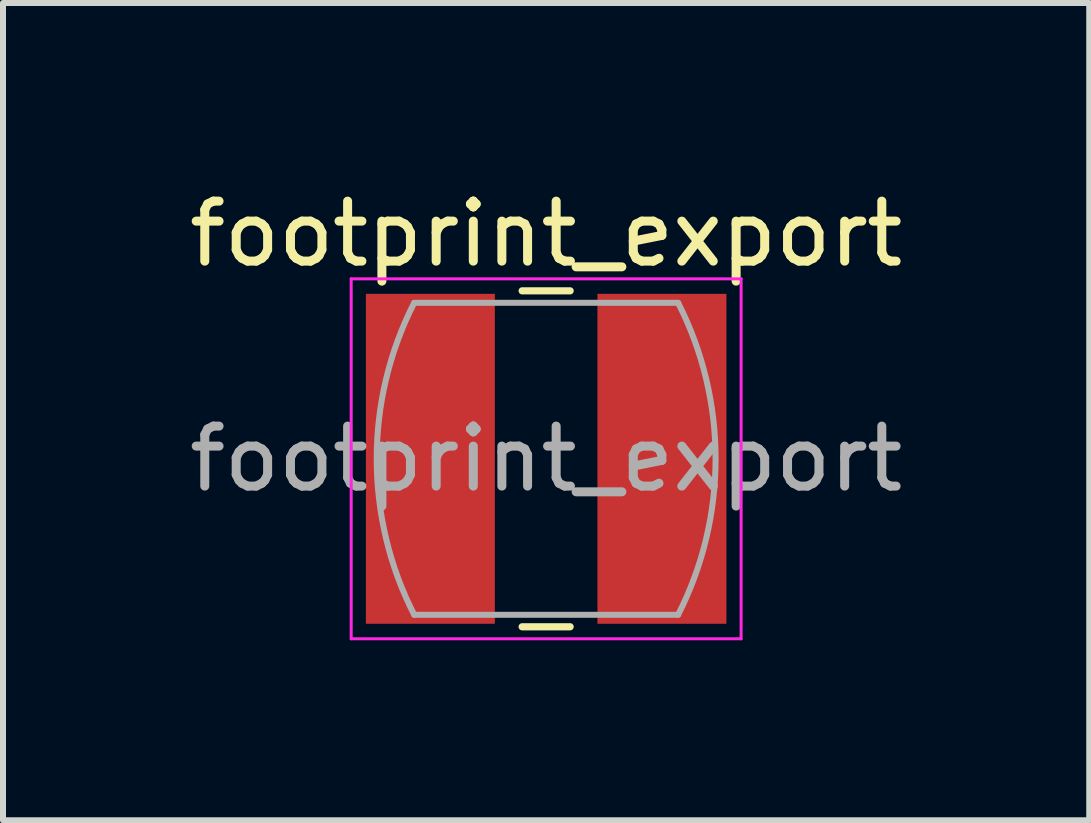
<source format=kicad_pcb>
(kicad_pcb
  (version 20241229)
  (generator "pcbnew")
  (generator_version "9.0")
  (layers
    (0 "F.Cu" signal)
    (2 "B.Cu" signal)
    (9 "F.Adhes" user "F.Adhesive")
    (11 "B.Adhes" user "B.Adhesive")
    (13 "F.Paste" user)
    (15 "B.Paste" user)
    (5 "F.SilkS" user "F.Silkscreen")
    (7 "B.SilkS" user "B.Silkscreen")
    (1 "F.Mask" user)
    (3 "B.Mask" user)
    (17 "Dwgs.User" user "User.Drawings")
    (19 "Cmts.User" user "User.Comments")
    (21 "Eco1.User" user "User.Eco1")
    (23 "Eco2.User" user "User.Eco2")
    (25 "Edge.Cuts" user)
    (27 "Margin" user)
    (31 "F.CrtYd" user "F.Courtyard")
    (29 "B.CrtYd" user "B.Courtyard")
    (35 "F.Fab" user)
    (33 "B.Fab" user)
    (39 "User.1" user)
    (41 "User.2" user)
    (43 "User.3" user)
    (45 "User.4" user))
  (footprint "footprint_export"
    (layer "F.Cu")
    (at 6.054 4.598)
    (property "Reference" "footprint_export" (at 0 -3.75 0) (layer "F.SilkS") (effects (font (size 1 1) (thickness 0.15))))
    (attr smd)
    (fp_line (start -0.4 -2.8) (end 0.4 -2.8) (stroke (width 0.12) (type solid)) (layer "F.SilkS"))
    (fp_line (start -0.4 2.8) (end 0.4 2.8) (stroke (width 0.12) (type solid)) (layer "F.SilkS"))
    (fp_line (start -3.25 -3) (end 3.25 -3) (stroke (width 0.05) (type solid)) (layer "F.CrtYd"))
    (fp_line (start -3.25 3) (end -3.25 -3) (stroke (width 0.05) (type solid)) (layer "F.CrtYd"))
    (fp_line (start 3.25 -3) (end 3.25 3) (stroke (width 0.05) (type solid)) (layer "F.CrtYd"))
    (fp_line (start 3.25 3) (end -3.25 3) (stroke (width 0.05) (type solid)) (layer "F.CrtYd"))
    (fp_line (start -2.2 -2.6) (end 2.2 -2.6) (stroke (width 0.1) (type solid)) (layer "F.Fab"))
    (fp_line (start 2.2 2.6) (end -2.2 2.6) (stroke (width 0.1) (type solid)) (layer "F.Fab"))
    (fp_arc (start -2.2 2.6) (mid -2.824509 0.001265) (end -2.201149 -2.597745) (stroke (width 0.1) (type solid)) (layer "F.Fab"))
    (fp_arc (start 2.2 -2.6) (mid 2.824509 -0.001265) (end 2.201149 2.597745) (stroke (width 0.1) (type solid)) (layer "F.Fab"))
    (fp_text user "${REFERENCE}" (at 0 0 0) (layer "F.Fab") (effects (font (size 1 1) (thickness 0.15))))
    (pad "1" smd rect (at -1.93 0) (size 2.15 5.5) (layers "F.Cu" "F.Mask" "F.Paste"))
    (pad "2" smd rect (at 1.93 0) (size 2.15 5.5) (layers "F.Cu" "F.Mask" "F.Paste")))
  (gr_rect
    (start -3 -3)
    (end 15.107 10.623)
    (stroke (width 0.1) (type default))
    (fill no)
    (layer "Edge.Cuts")))
</source>
